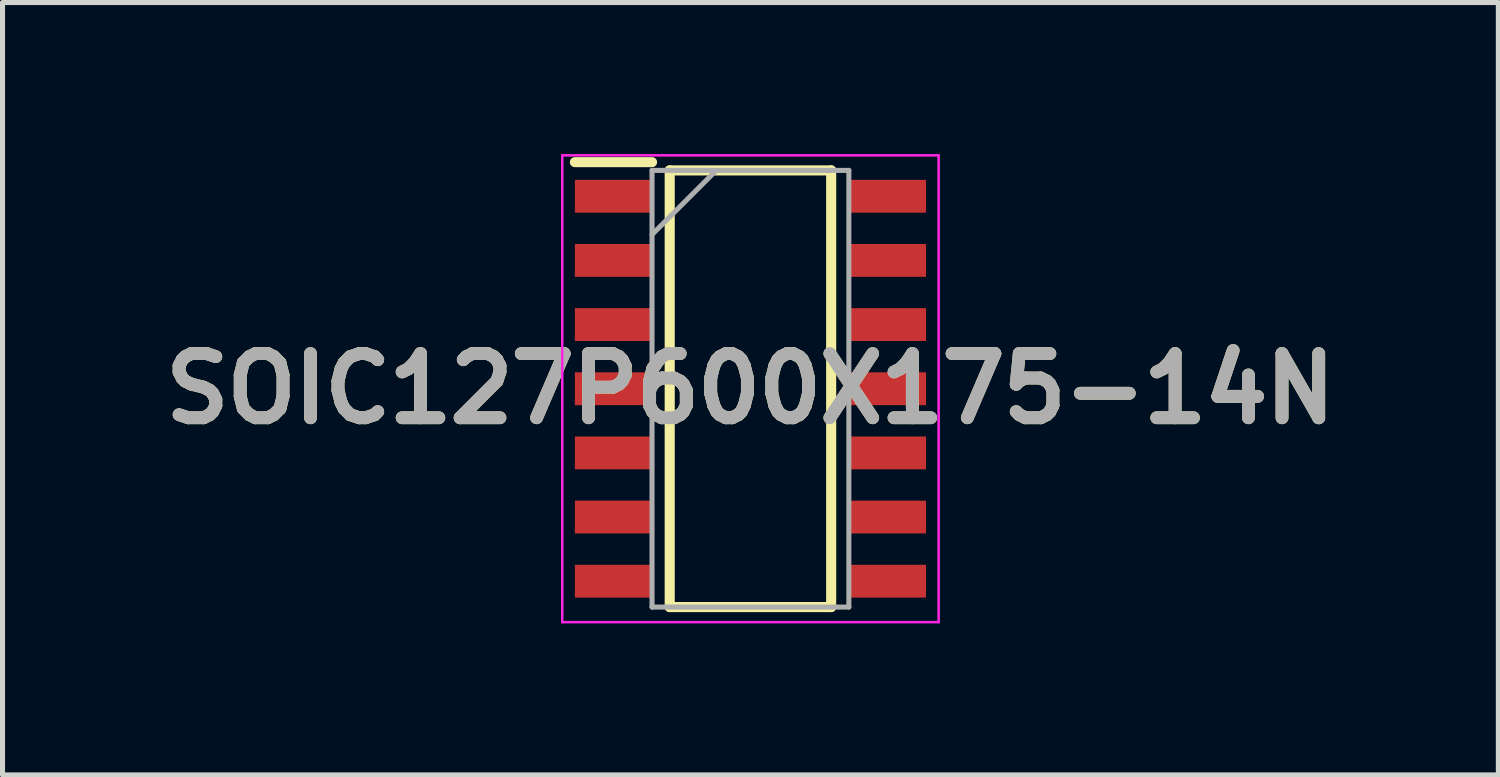
<source format=kicad_pcb>
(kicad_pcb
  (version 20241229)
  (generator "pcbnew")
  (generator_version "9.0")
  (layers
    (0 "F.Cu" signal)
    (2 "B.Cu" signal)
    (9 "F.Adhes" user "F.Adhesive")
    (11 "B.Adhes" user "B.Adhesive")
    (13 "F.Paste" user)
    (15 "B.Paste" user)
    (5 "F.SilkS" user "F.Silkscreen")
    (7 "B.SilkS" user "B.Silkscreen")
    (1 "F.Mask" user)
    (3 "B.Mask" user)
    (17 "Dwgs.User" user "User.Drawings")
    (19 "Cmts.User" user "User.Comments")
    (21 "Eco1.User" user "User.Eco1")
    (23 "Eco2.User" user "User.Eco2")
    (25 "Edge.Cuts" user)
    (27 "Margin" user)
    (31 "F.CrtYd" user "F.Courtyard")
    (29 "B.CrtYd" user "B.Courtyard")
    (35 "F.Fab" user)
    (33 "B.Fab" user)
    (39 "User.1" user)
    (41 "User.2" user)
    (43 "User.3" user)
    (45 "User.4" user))
  (footprint "SOIC127P600X175-14N"
    (layer "F.Cu")
    (at 11.805 4.645)
    (property "Reference" "SOIC127P600X175-14N" (at 0 0 0) (layer "F.SilkS") (effects (font (size 1.27 1.27) (thickness 0.254))))
    (attr smd)
    (fp_line (start -3.475 -4.485) (end -1.948 -4.485) (stroke (width 0.2) (type solid)) (layer "F.SilkS"))
    (fp_line (start -1.598 -4.322) (end 1.598 -4.322) (stroke (width 0.2) (type solid)) (layer "F.SilkS"))
    (fp_line (start -1.598 4.322) (end -1.598 -4.322) (stroke (width 0.2) (type solid)) (layer "F.SilkS"))
    (fp_line (start 1.598 -4.322) (end 1.598 4.322) (stroke (width 0.2) (type solid)) (layer "F.SilkS"))
    (fp_line (start 1.598 4.322) (end -1.598 4.322) (stroke (width 0.2) (type solid)) (layer "F.SilkS"))
    (fp_line (start -3.725 -4.62) (end 3.725 -4.62) (stroke (width 0.05) (type solid)) (layer "F.CrtYd"))
    (fp_line (start -3.725 4.62) (end -3.725 -4.62) (stroke (width 0.05) (type solid)) (layer "F.CrtYd"))
    (fp_line (start 3.725 -4.62) (end 3.725 4.62) (stroke (width 0.05) (type solid)) (layer "F.CrtYd"))
    (fp_line (start 3.725 4.62) (end -3.725 4.62) (stroke (width 0.05) (type solid)) (layer "F.CrtYd"))
    (fp_line (start -1.948 -4.322) (end 1.948 -4.322) (stroke (width 0.1) (type solid)) (layer "F.Fab"))
    (fp_line (start -1.948 -3.052) (end -0.678 -4.322) (stroke (width 0.1) (type solid)) (layer "F.Fab"))
    (fp_line (start -1.948 4.322) (end -1.948 -4.322) (stroke (width 0.1) (type solid)) (layer "F.Fab"))
    (fp_line (start 1.948 -4.322) (end 1.948 4.322) (stroke (width 0.1) (type solid)) (layer "F.Fab"))
    (fp_line (start 1.948 4.322) (end -1.948 4.322) (stroke (width 0.1) (type solid)) (layer "F.Fab"))
    (fp_text user "${REFERENCE}" (at 0 0 0) (layer "F.Fab") (effects (font (size 1.27 1.27) (thickness 0.254))))
    (pad "1" smd rect (at -2.711 -3.81 90) (size 0.65 1.528) (layers "F.Cu" "F.Mask" "F.Paste"))
    (pad "2" smd rect (at -2.711 -2.54 90) (size 0.65 1.528) (layers "F.Cu" "F.Mask" "F.Paste"))
    (pad "3" smd rect (at -2.711 -1.27 90) (size 0.65 1.528) (layers "F.Cu" "F.Mask" "F.Paste"))
    (pad "4" smd rect (at -2.711 0 90) (size 0.65 1.528) (layers "F.Cu" "F.Mask" "F.Paste"))
    (pad "5" smd rect (at -2.711 1.27 90) (size 0.65 1.528) (layers "F.Cu" "F.Mask" "F.Paste"))
    (pad "6" smd rect (at -2.711 2.54 90) (size 0.65 1.528) (layers "F.Cu" "F.Mask" "F.Paste"))
    (pad "7" smd rect (at -2.711 3.81 90) (size 0.65 1.528) (layers "F.Cu" "F.Mask" "F.Paste"))
    (pad "8" smd rect (at 2.711 3.81 90) (size 0.65 1.528) (layers "F.Cu" "F.Mask" "F.Paste"))
    (pad "9" smd rect (at 2.711 2.54 90) (size 0.65 1.528) (layers "F.Cu" "F.Mask" "F.Paste"))
    (pad "10" smd rect (at 2.711 1.27 90) (size 0.65 1.528) (layers "F.Cu" "F.Mask" "F.Paste"))
    (pad "11" smd rect (at 2.711 0 90) (size 0.65 1.528) (layers "F.Cu" "F.Mask" "F.Paste"))
    (pad "12" smd rect (at 2.711 -1.27 90) (size 0.65 1.528) (layers "F.Cu" "F.Mask" "F.Paste"))
    (pad "13" smd rect (at 2.711 -2.54 90) (size 0.65 1.528) (layers "F.Cu" "F.Mask" "F.Paste"))
    (pad "14" smd rect (at 2.711 -3.81 90) (size 0.65 1.528) (layers "F.Cu" "F.Mask" "F.Paste")))
  (gr_rect
    (start -3 -3)
    (end 26.61 12.29)
    (stroke (width 0.1) (type default))
    (fill no)
    (layer "Edge.Cuts")))
</source>
